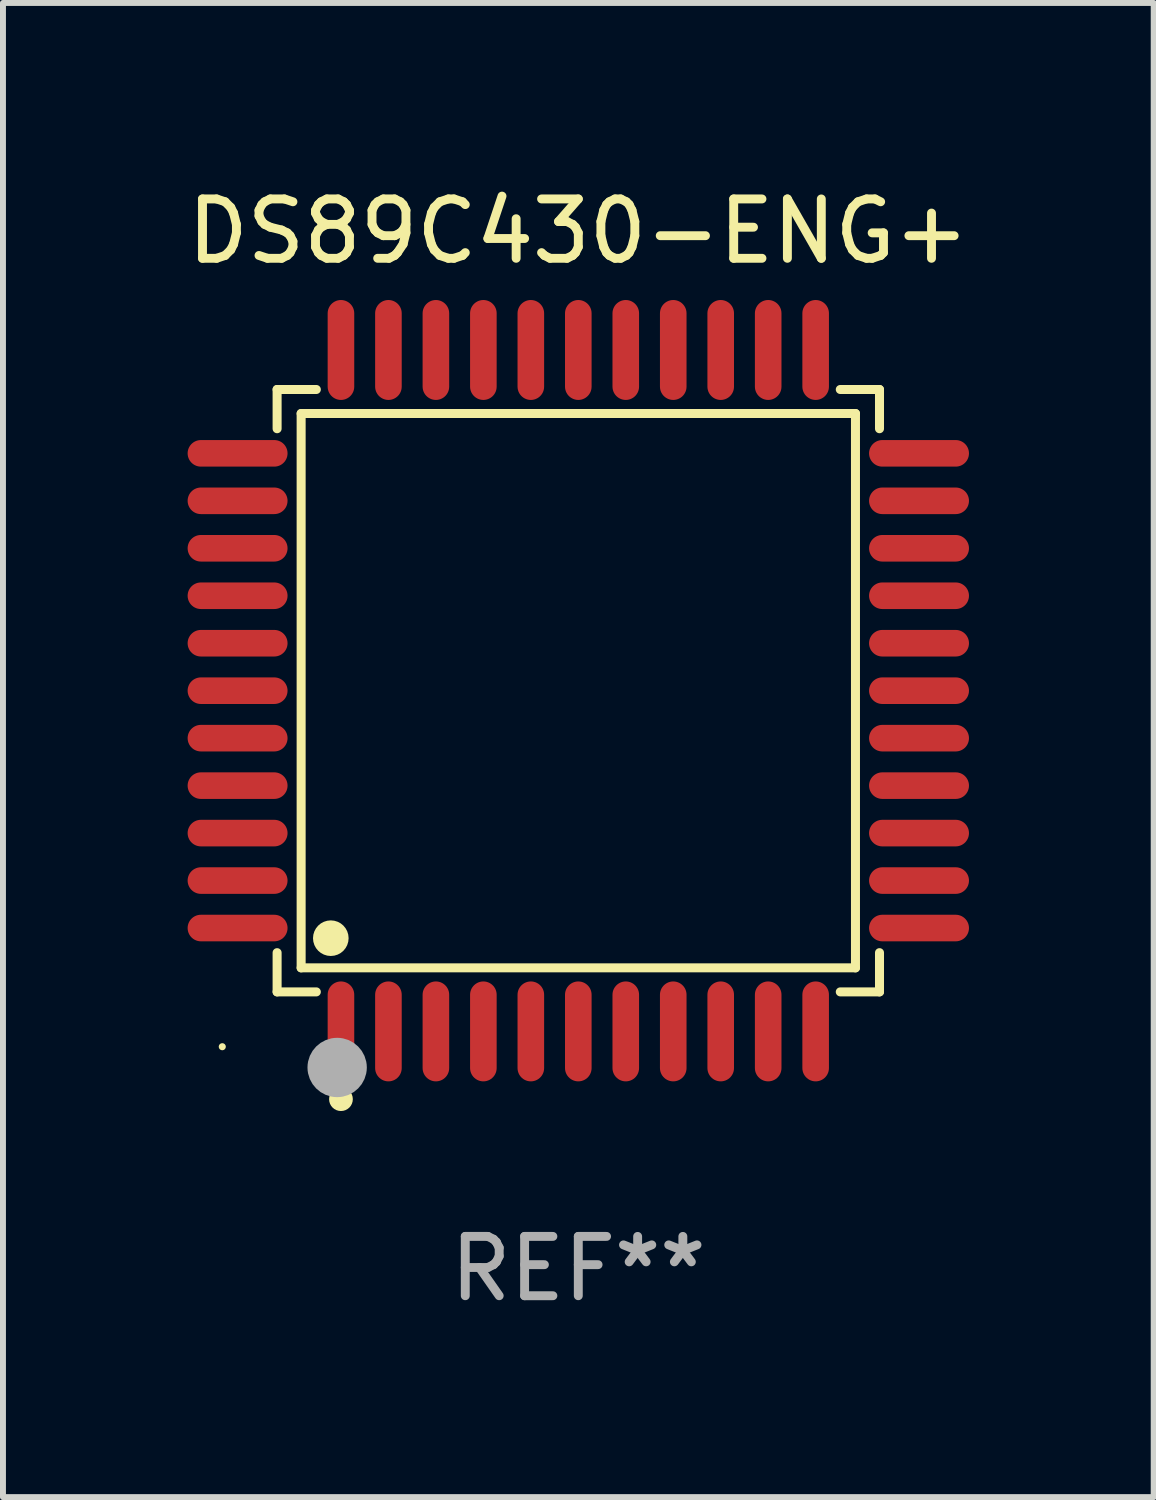
<source format=kicad_pcb>
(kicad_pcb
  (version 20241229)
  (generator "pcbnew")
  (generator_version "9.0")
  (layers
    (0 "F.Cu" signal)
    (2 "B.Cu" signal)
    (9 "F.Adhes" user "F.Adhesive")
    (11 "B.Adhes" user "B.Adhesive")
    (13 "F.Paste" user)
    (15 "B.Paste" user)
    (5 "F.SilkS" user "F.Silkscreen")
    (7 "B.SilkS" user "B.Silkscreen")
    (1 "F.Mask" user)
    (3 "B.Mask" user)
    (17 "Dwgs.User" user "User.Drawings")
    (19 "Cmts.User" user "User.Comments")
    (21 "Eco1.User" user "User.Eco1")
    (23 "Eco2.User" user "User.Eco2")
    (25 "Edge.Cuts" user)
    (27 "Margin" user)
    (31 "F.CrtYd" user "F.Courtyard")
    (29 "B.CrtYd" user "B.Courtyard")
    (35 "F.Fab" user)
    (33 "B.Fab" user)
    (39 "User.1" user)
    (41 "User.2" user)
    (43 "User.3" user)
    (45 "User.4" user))
  (footprint "DS89C430-ENG+"
    (layer "F.Cu")
    (at 6.696 8.59)
    (property "Reference" "DS89C430-ENG+" (at 0 -7.742 0) (layer "F.SilkS") (effects (font (size 1 1) (thickness 0.15))))
    (attr through_hole)
    (fp_line (start -5.076 -5.076) (end -4.415 -5.076) (stroke (width 0.152) (type solid)) (layer "F.SilkS"))
    (fp_line (start -5.076 -4.415) (end -5.076 -5.076) (stroke (width 0.152) (type solid)) (layer "F.SilkS"))
    (fp_line (start -5.076 4.415) (end -5.076 5.076) (stroke (width 0.152) (type solid)) (layer "F.SilkS"))
    (fp_line (start -5.076 5.076) (end -4.415 5.076) (stroke (width 0.152) (type solid)) (layer "F.SilkS"))
    (fp_line (start -4.671 -4.671) (end 4.671 -4.671) (stroke (width 0.152) (type solid)) (layer "F.SilkS"))
    (fp_line (start -4.671 4.671) (end -4.671 -4.671) (stroke (width 0.152) (type solid)) (layer "F.SilkS"))
    (fp_line (start 4.671 -4.671) (end 4.671 4.671) (stroke (width 0.152) (type solid)) (layer "F.SilkS"))
    (fp_line (start 4.671 4.671) (end -4.671 4.671) (stroke (width 0.152) (type solid)) (layer "F.SilkS"))
    (fp_line (start 5.076 -5.076) (end 4.415 -5.076) (stroke (width 0.152) (type solid)) (layer "F.SilkS"))
    (fp_line (start 5.076 -4.415) (end 5.076 -5.076) (stroke (width 0.152) (type solid)) (layer "F.SilkS"))
    (fp_line (start 5.076 4.415) (end 5.076 5.076) (stroke (width 0.152) (type solid)) (layer "F.SilkS"))
    (fp_line (start 5.076 5.076) (end 4.415 5.076) (stroke (width 0.152) (type solid)) (layer "F.SilkS"))
    (fp_circle (center -6 6) (end -5.97 6) (stroke (width 0.06) (type solid)) (fill no) (layer "F.SilkS"))
    (fp_circle (center -4.171 4.171) (end -4.021 4.171) (stroke (width 0.3) (type solid)) (fill no) (layer "F.SilkS"))
    (fp_circle (center -4 6.884) (end -3.9 6.884) (stroke (width 0.2) (type solid)) (fill no) (layer "F.SilkS"))
    (fp_circle (center -4.064 6.35) (end -3.814 6.35) (stroke (width 0.5) (type solid)) (fill no) (layer "F.Fab"))
    (fp_text user "REF**" (at 0 9.742 0) (layer "F.Fab") (effects (font (size 1 1) (thickness 0.15))))
    (pad "1" smd oval (at -4 5.742) (size 0.448 1.684) (layers "F.Cu" "F.Mask" "F.Paste"))
    (pad "2" smd oval (at -3.2 5.742) (size 0.448 1.684) (layers "F.Cu" "F.Mask" "F.Paste"))
    (pad "3" smd oval (at -2.4 5.742) (size 0.448 1.684) (layers "F.Cu" "F.Mask" "F.Paste"))
    (pad "4" smd oval (at -1.6 5.742) (size 0.448 1.684) (layers "F.Cu" "F.Mask" "F.Paste"))
    (pad "5" smd oval (at -0.8 5.742) (size 0.448 1.684) (layers "F.Cu" "F.Mask" "F.Paste"))
    (pad "6" smd oval (at 0 5.742) (size 0.448 1.684) (layers "F.Cu" "F.Mask" "F.Paste"))
    (pad "7" smd oval (at 0.8 5.742) (size 0.448 1.684) (layers "F.Cu" "F.Mask" "F.Paste"))
    (pad "8" smd oval (at 1.6 5.742) (size 0.448 1.684) (layers "F.Cu" "F.Mask" "F.Paste"))
    (pad "9" smd oval (at 2.4 5.742) (size 0.448 1.684) (layers "F.Cu" "F.Mask" "F.Paste"))
    (pad "10" smd oval (at 3.2 5.742) (size 0.448 1.684) (layers "F.Cu" "F.Mask" "F.Paste"))
    (pad "11" smd oval (at 4 5.742) (size 0.448 1.684) (layers "F.Cu" "F.Mask" "F.Paste"))
    (pad "12" smd oval (at 5.742 4) (size 1.684 0.448) (layers "F.Cu" "F.Mask" "F.Paste"))
    (pad "13" smd oval (at 5.742 3.2) (size 1.684 0.448) (layers "F.Cu" "F.Mask" "F.Paste"))
    (pad "14" smd oval (at 5.742 2.4) (size 1.684 0.448) (layers "F.Cu" "F.Mask" "F.Paste"))
    (pad "15" smd oval (at 5.742 1.6) (size 1.684 0.448) (layers "F.Cu" "F.Mask" "F.Paste"))
    (pad "16" smd oval (at 5.742 0.8) (size 1.684 0.448) (layers "F.Cu" "F.Mask" "F.Paste"))
    (pad "17" smd oval (at 5.742 0) (size 1.684 0.448) (layers "F.Cu" "F.Mask" "F.Paste"))
    (pad "18" smd oval (at 5.742 -0.8) (size 1.684 0.448) (layers "F.Cu" "F.Mask" "F.Paste"))
    (pad "19" smd oval (at 5.742 -1.6) (size 1.684 0.448) (layers "F.Cu" "F.Mask" "F.Paste"))
    (pad "20" smd oval (at 5.742 -2.4) (size 1.684 0.448) (layers "F.Cu" "F.Mask" "F.Paste"))
    (pad "21" smd oval (at 5.742 -3.2) (size 1.684 0.448) (layers "F.Cu" "F.Mask" "F.Paste"))
    (pad "22" smd oval (at 5.742 -4) (size 1.684 0.448) (layers "F.Cu" "F.Mask" "F.Paste"))
    (pad "23" smd oval (at 4 -5.742) (size 0.448 1.684) (layers "F.Cu" "F.Mask" "F.Paste"))
    (pad "24" smd oval (at 3.2 -5.742) (size 0.448 1.684) (layers "F.Cu" "F.Mask" "F.Paste"))
    (pad "25" smd oval (at 2.4 -5.742) (size 0.448 1.684) (layers "F.Cu" "F.Mask" "F.Paste"))
    (pad "26" smd oval (at 1.6 -5.742) (size 0.448 1.684) (layers "F.Cu" "F.Mask" "F.Paste"))
    (pad "27" smd oval (at 0.8 -5.742) (size 0.448 1.684) (layers "F.Cu" "F.Mask" "F.Paste"))
    (pad "28" smd oval (at 0 -5.742) (size 0.448 1.684) (layers "F.Cu" "F.Mask" "F.Paste"))
    (pad "29" smd oval (at -0.8 -5.742) (size 0.448 1.684) (layers "F.Cu" "F.Mask" "F.Paste"))
    (pad "30" smd oval (at -1.6 -5.742) (size 0.448 1.684) (layers "F.Cu" "F.Mask" "F.Paste"))
    (pad "31" smd oval (at -2.4 -5.742) (size 0.448 1.684) (layers "F.Cu" "F.Mask" "F.Paste"))
    (pad "32" smd oval (at -3.2 -5.742) (size 0.448 1.684) (layers "F.Cu" "F.Mask" "F.Paste"))
    (pad "33" smd oval (at -4 -5.742) (size 0.448 1.684) (layers "F.Cu" "F.Mask" "F.Paste"))
    (pad "34" smd oval (at -5.742 -4) (size 1.684 0.448) (layers "F.Cu" "F.Mask" "F.Paste"))
    (pad "35" smd oval (at -5.742 -3.2) (size 1.684 0.448) (layers "F.Cu" "F.Mask" "F.Paste"))
    (pad "36" smd oval (at -5.742 -2.4) (size 1.684 0.448) (layers "F.Cu" "F.Mask" "F.Paste"))
    (pad "37" smd oval (at -5.742 -1.6) (size 1.684 0.448) (layers "F.Cu" "F.Mask" "F.Paste"))
    (pad "38" smd oval (at -5.742 -0.8) (size 1.684 0.448) (layers "F.Cu" "F.Mask" "F.Paste"))
    (pad "39" smd oval (at -5.742 0) (size 1.684 0.448) (layers "F.Cu" "F.Mask" "F.Paste"))
    (pad "40" smd oval (at -5.742 0.8) (size 1.684 0.448) (layers "F.Cu" "F.Mask" "F.Paste"))
    (pad "41" smd oval (at -5.742 1.6) (size 1.684 0.448) (layers "F.Cu" "F.Mask" "F.Paste"))
    (pad "42" smd oval (at -5.742 2.4) (size 1.684 0.448) (layers "F.Cu" "F.Mask" "F.Paste"))
    (pad "43" smd oval (at -5.742 3.2) (size 1.684 0.448) (layers "F.Cu" "F.Mask" "F.Paste"))
    (pad "44" smd oval (at -5.742 4) (size 1.684 0.448) (layers "F.Cu" "F.Mask" "F.Paste")))
  (gr_rect
    (start -3 -3)
    (end 16.393 22.18)
    (stroke (width 0.1) (type default))
    (fill no)
    (layer "Edge.Cuts")))
</source>
